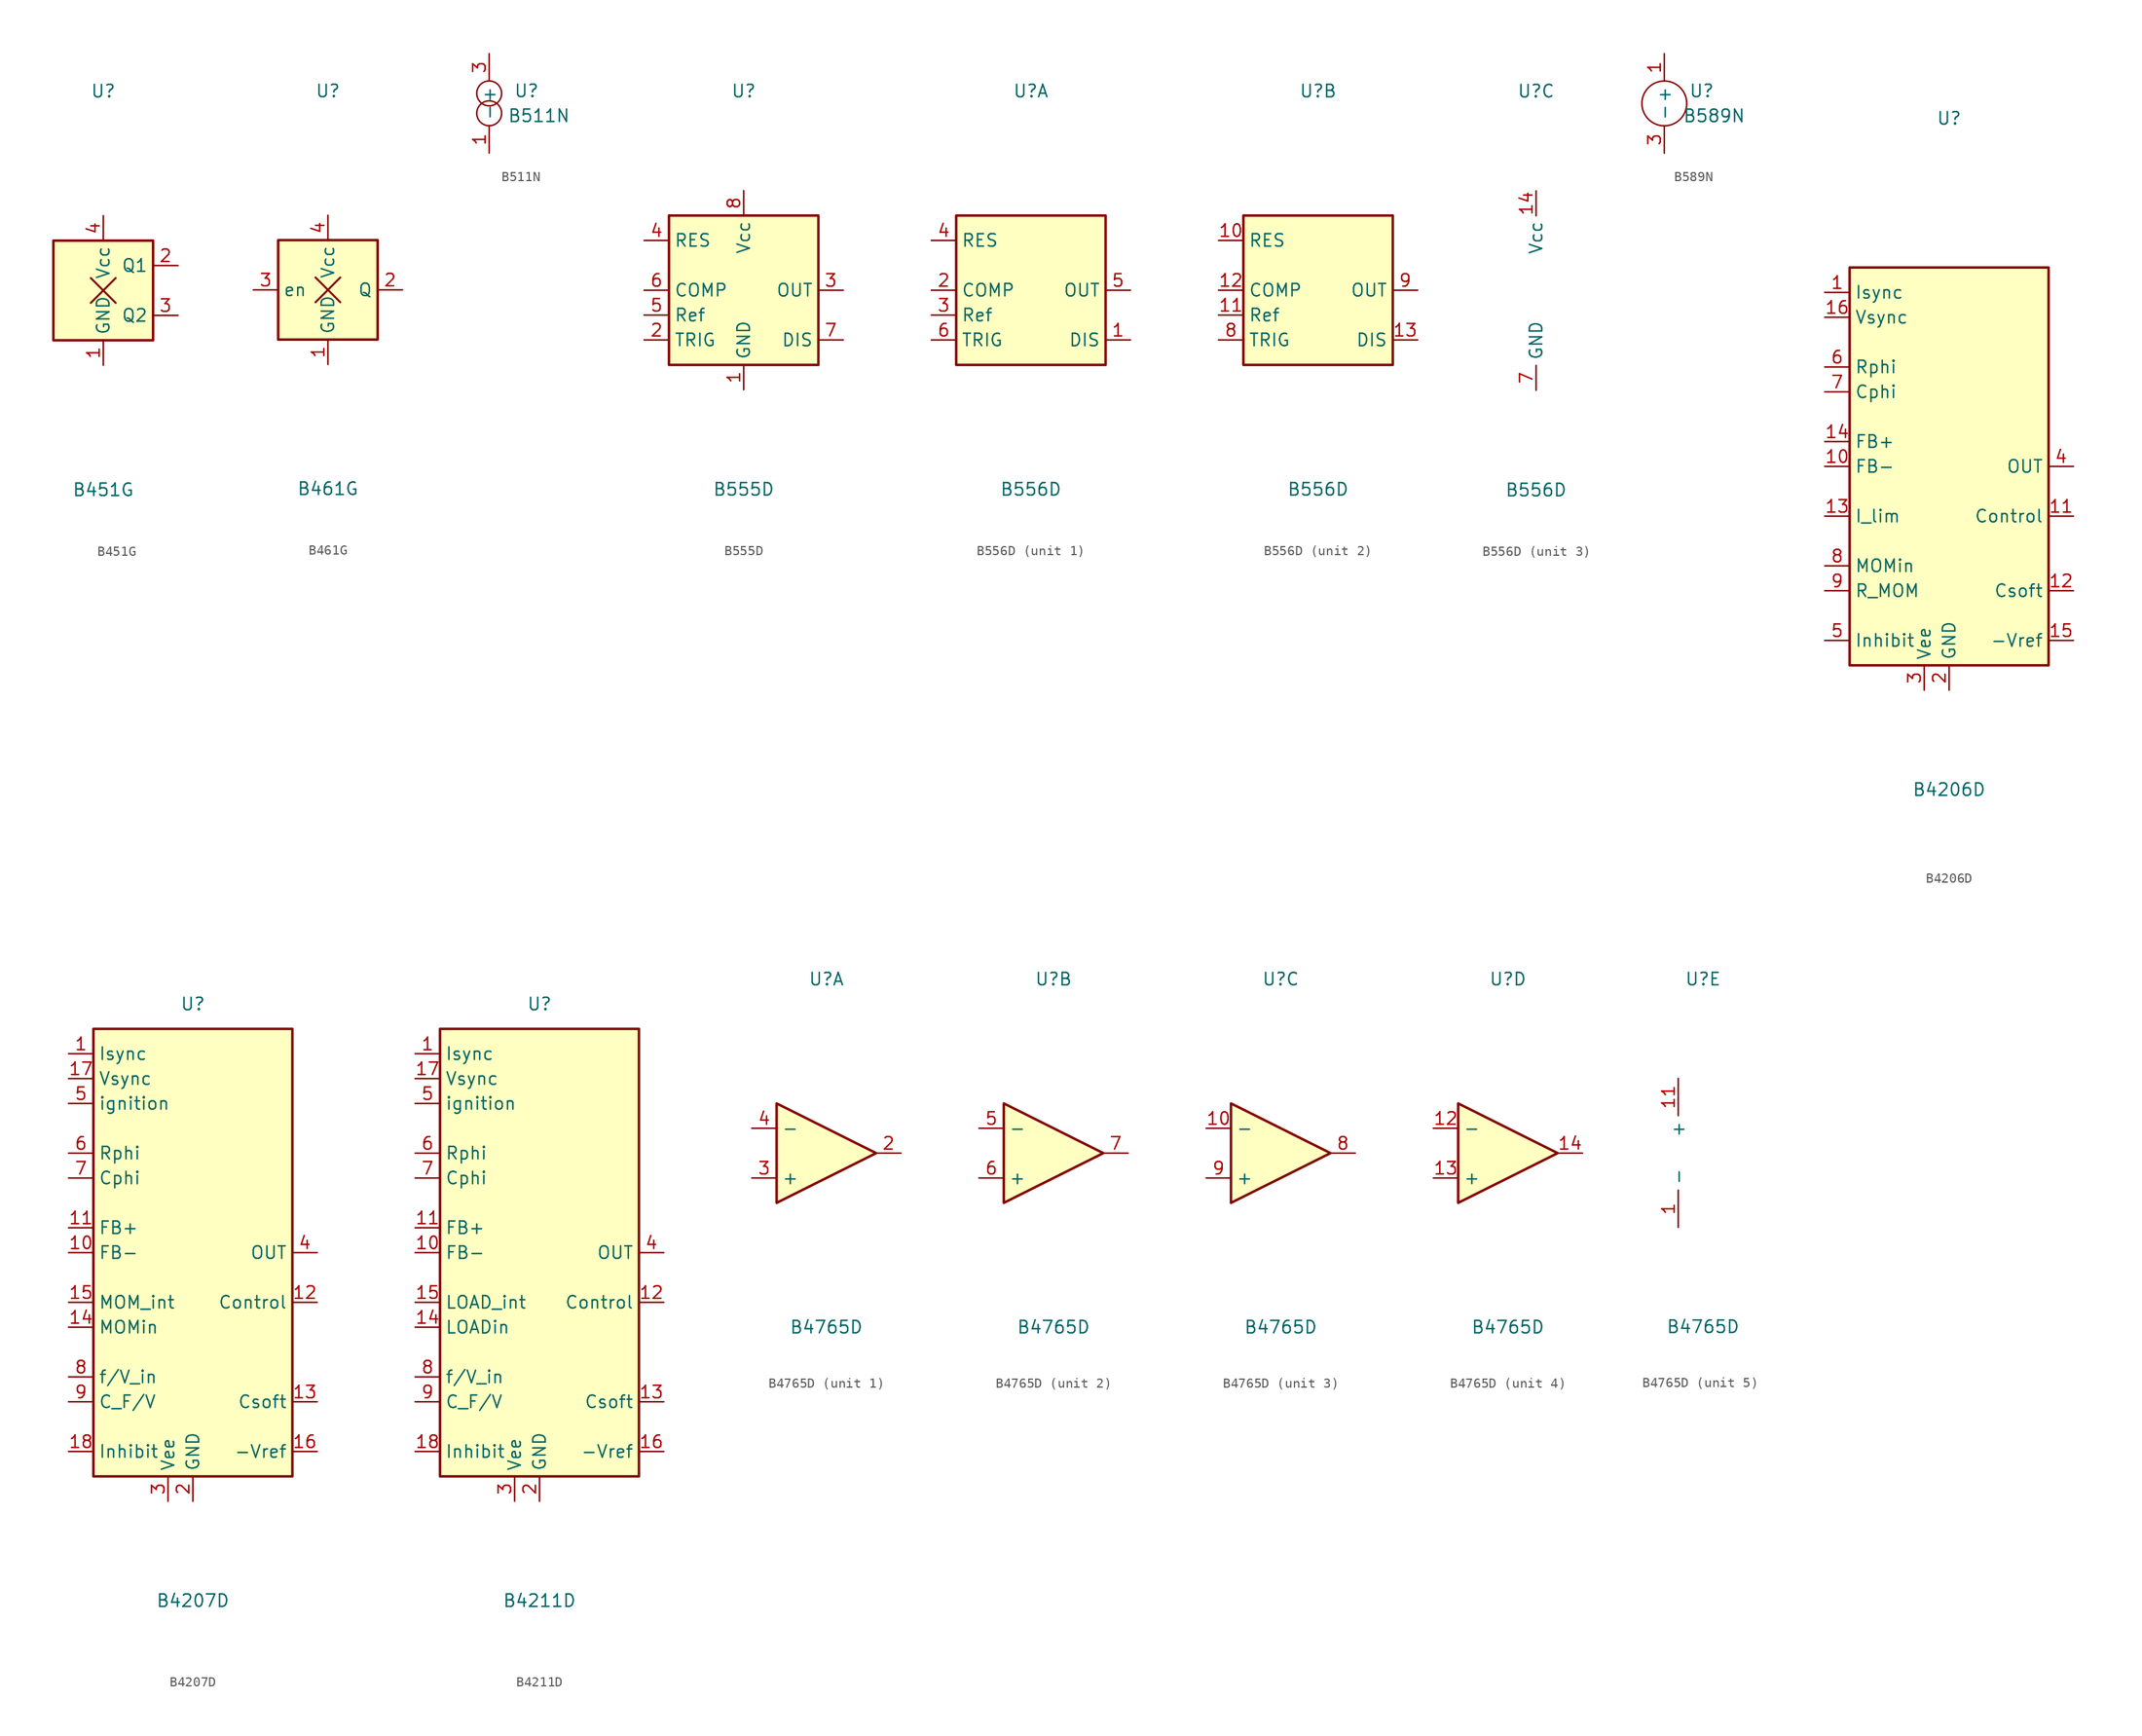
<source format=kicad_sym>
(kicad_symbol_lib
  (version 20241209)
  (generator "kicad_symbol_editor")
  (generator_version "9.0")
  (symbol "B451G"
    (property "Reference" "U"
      (at 0 20.32 0)
      (effects (font (size 1.27 1.27))))
    (property "Value" "B451G"
      (at 0 -20.32 0)
      (effects (font (size 1.27 1.27))))
    (symbol "B451G_0_1"
      (rectangle (start -5.08 5.08) (end 5.08 -5.08) (stroke (width 0.254) (type default)) (fill (type background)))
      (polyline (pts (xy -1.27 1.27) (xy 1.27 -1.27)) (stroke (width 0.203) (type default)) (fill (type none)))
      (polyline (pts (xy -1.27 -1.27) (xy 1.27 1.27)) (stroke (width 0.203) (type default)) (fill (type none))))
    (symbol "B451G_1_1"
      (pin power_in line (at 0 7.62 270) (length 2.54) (name "Vcc" (effects (font (size 1.27 1.27)))) (number "4" (effects (font (size 1.27 1.27)))))
      (pin power_in line (at 0 -7.62 90) (length 2.54) (name "GND" (effects (font (size 1.27 1.27)))) (number "1" (effects (font (size 1.27 1.27)))))
      (pin output line (at 7.62 2.54 180) (length 2.54) (name "Q1" (effects (font (size 1.27 1.27)))) (number "2" (effects (font (size 1.27 1.27)))))
      (pin output line (at 7.62 -2.54 180) (length 2.54) (name "Q2" (effects (font (size 1.27 1.27)))) (number "3" (effects (font (size 1.27 1.27)))))))
  (symbol "B461G"
    (property "Reference" "U"
      (at 0 20.32 0)
      (effects (font (size 1.27 1.27))))
    (property "Value" "B461G"
      (at 0 -20.32 0)
      (effects (font (size 1.27 1.27))))
    (symbol "B461G_0_1"
      (rectangle (start -5.08 5.08) (end 5.08 -5.08) (stroke (width 0.254) (type default)) (fill (type background)))
      (polyline (pts (xy -1.27 1.27) (xy 1.27 -1.27)) (stroke (width 0.203) (type default)) (fill (type none)))
      (polyline (pts (xy -1.27 -1.27) (xy 1.27 1.27)) (stroke (width 0.203) (type default)) (fill (type none))))
    (symbol "B461G_1_1"
      (pin input line (at -7.62 0 0) (length 2.54) (name "en" (effects (font (size 1.27 1.27)))) (number "3" (effects (font (size 1.27 1.27)))))
      (pin power_in line (at 0 7.62 270) (length 2.54) (name "Vcc" (effects (font (size 1.27 1.27)))) (number "4" (effects (font (size 1.27 1.27)))))
      (pin power_in line (at 0 -7.62 90) (length 2.54) (name "GND" (effects (font (size 1.27 1.27)))) (number "1" (effects (font (size 1.27 1.27)))))
      (pin open_collector line (at 7.62 0 180) (length 2.54) (name "Q" (effects (font (size 1.27 1.27)))) (number "2" (effects (font (size 1.27 1.27)))))))
  (symbol "B511N"
    (property "Reference" "U"
      (at 3.81 1.27 0)
      (effects (font (size 1.27 1.27))))
    (property "Value" "B511N"
      (at 5.08 -1.27 0)
      (effects (font (size 1.27 1.27))))
    (symbol "B511N_0_1"
      (circle (center 0 1.016) (radius 1.27) (stroke (width 0.152) (type default)) (fill (type none)))
      (circle (center 0 -1.016) (radius 1.27) (stroke (width 0.152) (type default)) (fill (type none))))
    (symbol "B511N_1_1"
      (pin passive line (at 0 5.08 270) (length 2.794) (name "+" (effects (font (size 1.27 1.27)))) (number "3" (effects (font (size 1.27 1.27)))))
      (pin no_connect line (at 0 0 0) (length 0) (hide yes) (name "n.c." (effects (font (size 1.27 1.27)))) (number "2" (effects (font (size 1.27 1.27)))))
      (pin passive line (at 0 -5.08 90) (length 2.794) (name "-" (effects (font (size 1.27 1.27)))) (number "1" (effects (font (size 1.27 1.27)))))))
  (symbol "B555D"
    (property "Reference" "U"
      (at 0 20.32 0)
      (effects (font (size 1.27 1.27))))
    (property "Value" "B555D"
      (at 0 -20.32 0)
      (effects (font (size 1.27 1.27))))
    (symbol "B555D_0_1"
      (rectangle (start -7.62 7.62) (end 7.62 -7.62) (stroke (width 0.254) (type default)) (fill (type background))))
    (symbol "B555D_1_1"
      (pin input line (at -10.16 5.08 0) (length 2.54) (name "RES" (effects (font (size 1.27 1.27)))) (number "4" (effects (font (size 1.27 1.27)))))
      (pin input line (at -10.16 0 0) (length 2.54) (name "COMP" (effects (font (size 1.27 1.27)))) (number "6" (effects (font (size 1.27 1.27)))))
      (pin passive line (at -10.16 -2.54 0) (length 2.54) (name "Ref" (effects (font (size 1.27 1.27)))) (number "5" (effects (font (size 1.27 1.27)))))
      (pin input line (at -10.16 -5.08 0) (length 2.54) (name "TRIG" (effects (font (size 1.27 1.27)))) (number "2" (effects (font (size 1.27 1.27)))))
      (pin power_in line (at 0 10.16 270) (length 2.54) (name "Vcc" (effects (font (size 1.27 1.27)))) (number "8" (effects (font (size 1.27 1.27)))))
      (pin power_in line (at 0 -10.16 90) (length 2.54) (name "GND" (effects (font (size 1.27 1.27)))) (number "1" (effects (font (size 1.27 1.27)))))
      (pin output line (at 10.16 0 180) (length 2.54) (name "OUT" (effects (font (size 1.27 1.27)))) (number "3" (effects (font (size 1.27 1.27)))))
      (pin open_collector line (at 10.16 -5.08 180) (length 2.54) (name "DIS" (effects (font (size 1.27 1.27)))) (number "7" (effects (font (size 1.27 1.27)))))))
  (symbol "B556D"
    (property "Reference" "U"
      (at 0 20.32 0)
      (effects (font (size 1.27 1.27))))
    (property "Value" "B556D"
      (at 0 -20.32 0)
      (effects (font (size 1.27 1.27))))
    (property "ki_locked" ""
      (at 0 0 0)
      (effects (font (size 1.27 1.27))))
    (symbol "B556D_1_1"
      (rectangle (start -7.62 7.62) (end 7.62 -7.62) (stroke (width 0.254) (type default)) (fill (type background)))
      (pin input line (at -10.16 5.08 0) (length 2.54) (name "RES" (effects (font (size 1.27 1.27)))) (number "4" (effects (font (size 1.27 1.27)))))
      (pin input line (at -10.16 0 0) (length 2.54) (name "COMP" (effects (font (size 1.27 1.27)))) (number "2" (effects (font (size 1.27 1.27)))))
      (pin passive line (at -10.16 -2.54 0) (length 2.54) (name "Ref" (effects (font (size 1.27 1.27)))) (number "3" (effects (font (size 1.27 1.27)))))
      (pin input line (at -10.16 -5.08 0) (length 2.54) (name "TRIG" (effects (font (size 1.27 1.27)))) (number "6" (effects (font (size 1.27 1.27)))))
      (pin output line (at 10.16 0 180) (length 2.54) (name "OUT" (effects (font (size 1.27 1.27)))) (number "5" (effects (font (size 1.27 1.27)))))
      (pin open_collector line (at 10.16 -5.08 180) (length 2.54) (name "DIS" (effects (font (size 1.27 1.27)))) (number "1" (effects (font (size 1.27 1.27))))))
    (symbol "B556D_2_1"
      (rectangle (start -7.62 7.62) (end 7.62 -7.62) (stroke (width 0.254) (type default)) (fill (type background)))
      (pin input line (at -10.16 5.08 0) (length 2.54) (name "RES" (effects (font (size 1.27 1.27)))) (number "10" (effects (font (size 1.27 1.27)))))
      (pin input line (at -10.16 0 0) (length 2.54) (name "COMP" (effects (font (size 1.27 1.27)))) (number "12" (effects (font (size 1.27 1.27)))))
      (pin passive line (at -10.16 -2.54 0) (length 2.54) (name "Ref" (effects (font (size 1.27 1.27)))) (number "11" (effects (font (size 1.27 1.27)))))
      (pin input line (at -10.16 -5.08 0) (length 2.54) (name "TRIG" (effects (font (size 1.27 1.27)))) (number "8" (effects (font (size 1.27 1.27)))))
      (pin output line (at 10.16 0 180) (length 2.54) (name "OUT" (effects (font (size 1.27 1.27)))) (number "9" (effects (font (size 1.27 1.27)))))
      (pin open_collector line (at 10.16 -5.08 180) (length 2.54) (name "DIS" (effects (font (size 1.27 1.27)))) (number "13" (effects (font (size 1.27 1.27))))))
    (symbol "B556D_3_1"
      (pin power_in line (at 0 10.16 270) (length 2.54) (name "Vcc" (effects (font (size 1.27 1.27)))) (number "14" (effects (font (size 1.27 1.27)))))
      (pin power_in line (at 0 -10.16 90) (length 2.54) (name "GND" (effects (font (size 1.27 1.27)))) (number "7" (effects (font (size 1.27 1.27)))))))
  (symbol "B589N"
    (property "Reference" "U"
      (at 3.81 1.27 0)
      (effects (font (size 1.27 1.27))))
    (property "Value" "B589N"
      (at 5.08 -1.27 0)
      (effects (font (size 1.27 1.27))))
    (symbol "B589N_0_1"
      (circle (center 0 0) (radius 2.286) (stroke (width 0.152) (type default)) (fill (type none))))
    (symbol "B589N_1_1"
      (pin passive line (at 0 5.08 270) (length 2.794) (name "+" (effects (font (size 1.27 1.27)))) (number "1" (effects (font (size 1.27 1.27)))))
      (pin no_connect line (at 0 0 0) (length 0) (hide yes) (name "n.c." (effects (font (size 1.27 1.27)))) (number "2" (effects (font (size 1.27 1.27)))))
      (pin passive line (at 0 -5.08 90) (length 2.794) (name "-" (effects (font (size 1.27 1.27)))) (number "3" (effects (font (size 1.27 1.27)))))))
  (symbol "B4206D"
    (property "Reference" "U"
      (at 0 35.56 0)
      (effects (font (size 1.27 1.27))))
    (property "Value" "B4206D"
      (at 0 -33.02 0)
      (effects (font (size 1.27 1.27))))
    (symbol "B4206D_0_0"
      (pin input line (at -12.7 17.78 0) (length 2.54) (name "Isync" (effects (font (size 1.27 1.27)))) (number "1" (effects (font (size 1.27 1.27)))))
      (pin input line (at -12.7 15.24 0) (length 2.54) (name "Vsync" (effects (font (size 1.27 1.27)))) (number "16" (effects (font (size 1.27 1.27)))))
      (pin passive line (at -12.7 10.16 0) (length 2.54) (name "Rphi" (effects (font (size 1.27 1.27)))) (number "6" (effects (font (size 1.27 1.27)))))
      (pin passive line (at -12.7 7.62 0) (length 2.54) (name "Cphi" (effects (font (size 1.27 1.27)))) (number "7" (effects (font (size 1.27 1.27)))))
      (pin bidirectional line (at -12.7 2.54 0) (length 2.54) (name "FB+" (effects (font (size 1.27 1.27)))) (number "14" (effects (font (size 1.27 1.27)))))
      (pin input line (at -12.7 0 0) (length 2.54) (name "FB-" (effects (font (size 1.27 1.27)))) (number "10" (effects (font (size 1.27 1.27)))))
      (pin input line (at -12.7 -5.08 0) (length 2.54) (name "I_lim" (effects (font (size 1.27 1.27)))) (number "13" (effects (font (size 1.27 1.27)))))
      (pin input line (at -12.7 -10.16 0) (length 2.54) (name "MOMin" (effects (font (size 1.27 1.27)))) (number "8" (effects (font (size 1.27 1.27)))))
      (pin passive line (at -12.7 -12.7 0) (length 2.54) (name "R_MOM" (effects (font (size 1.27 1.27)))) (number "9" (effects (font (size 1.27 1.27)))))
      (pin input line (at -12.7 -17.78 0) (length 2.54) (name "Inhibit" (effects (font (size 1.27 1.27)))) (number "5" (effects (font (size 1.27 1.27)))))
      (pin power_in line (at -2.54 -22.86 90) (length 2.54) (name "Vee" (effects (font (size 1.27 1.27)))) (number "3" (effects (font (size 1.27 1.27)))))
      (pin power_in line (at 0 -22.86 90) (length 2.54) (name "GND" (effects (font (size 1.27 1.27)))) (number "2" (effects (font (size 1.27 1.27)))))
      (pin output line (at 12.7 0 180) (length 2.54) (name "OUT" (effects (font (size 1.27 1.27)))) (number "4" (effects (font (size 1.27 1.27)))))
      (pin output line (at 12.7 -5.08 180) (length 2.54) (name "Control" (effects (font (size 1.27 1.27)))) (number "11" (effects (font (size 1.27 1.27)))))
      (pin passive line (at 12.7 -12.7 180) (length 2.54) (name "Csoft" (effects (font (size 1.27 1.27)))) (number "12" (effects (font (size 1.27 1.27)))))
      (pin output line (at 12.7 -17.78 180) (length 2.54) (name "-Vref" (effects (font (size 1.27 1.27)))) (number "15" (effects (font (size 1.27 1.27))))))
    (symbol "B4206D_0_1"
      (rectangle (start -10.16 20.32) (end 10.16 -20.32) (stroke (width 0.254) (type default)) (fill (type background)))))
  (symbol "B4207D"
    (property "Reference" "U"
      (at 0 25.4 0)
      (effects (font (size 1.27 1.27))))
    (property "Value" "B4207D"
      (at 0 -35.56 0)
      (effects (font (size 1.27 1.27))))
    (symbol "B4207D_0_0"
      (pin input line (at -12.7 20.32 0) (length 2.54) (name "Isync" (effects (font (size 1.27 1.27)))) (number "1" (effects (font (size 1.27 1.27)))))
      (pin input line (at -12.7 17.78 0) (length 2.54) (name "Vsync" (effects (font (size 1.27 1.27)))) (number "17" (effects (font (size 1.27 1.27)))))
      (pin input line (at -12.7 15.24 0) (length 2.54) (name "ignition" (effects (font (size 1.27 1.27)))) (number "5" (effects (font (size 1.27 1.27)))))
      (pin passive line (at -12.7 10.16 0) (length 2.54) (name "Rphi" (effects (font (size 1.27 1.27)))) (number "6" (effects (font (size 1.27 1.27)))))
      (pin passive line (at -12.7 7.62 0) (length 2.54) (name "Cphi" (effects (font (size 1.27 1.27)))) (number "7" (effects (font (size 1.27 1.27)))))
      (pin input line (at -12.7 2.54 0) (length 2.54) (name "FB+" (effects (font (size 1.27 1.27)))) (number "11" (effects (font (size 1.27 1.27)))))
      (pin bidirectional line (at -12.7 0 0) (length 2.54) (name "FB-" (effects (font (size 1.27 1.27)))) (number "10" (effects (font (size 1.27 1.27)))))
      (pin bidirectional line (at -12.7 -5.08 0) (length 2.54) (name "MOM_int" (effects (font (size 1.27 1.27)))) (number "15" (effects (font (size 1.27 1.27)))))
      (pin input line (at -12.7 -7.62 0) (length 2.54) (name "MOMin" (effects (font (size 1.27 1.27)))) (number "14" (effects (font (size 1.27 1.27)))))
      (pin input line (at -12.7 -12.7 0) (length 2.54) (name "f/V_in" (effects (font (size 1.27 1.27)))) (number "8" (effects (font (size 1.27 1.27)))))
      (pin passive line (at -12.7 -15.24 0) (length 2.54) (name "C_F/V" (effects (font (size 1.27 1.27)))) (number "9" (effects (font (size 1.27 1.27)))))
      (pin input line (at -12.7 -20.32 0) (length 2.54) (name "Inhibit" (effects (font (size 1.27 1.27)))) (number "18" (effects (font (size 1.27 1.27)))))
      (pin power_in line (at -2.54 -25.4 90) (length 2.54) (name "Vee" (effects (font (size 1.27 1.27)))) (number "3" (effects (font (size 1.27 1.27)))))
      (pin power_in line (at 0 -25.4 90) (length 2.54) (name "GND" (effects (font (size 1.27 1.27)))) (number "2" (effects (font (size 1.27 1.27)))))
      (pin output line (at 12.7 0 180) (length 2.54) (name "OUT" (effects (font (size 1.27 1.27)))) (number "4" (effects (font (size 1.27 1.27)))))
      (pin output line (at 12.7 -5.08 180) (length 2.54) (name "Control" (effects (font (size 1.27 1.27)))) (number "12" (effects (font (size 1.27 1.27)))))
      (pin passive line (at 12.7 -15.24 180) (length 2.54) (name "Csoft" (effects (font (size 1.27 1.27)))) (number "13" (effects (font (size 1.27 1.27)))))
      (pin output line (at 12.7 -20.32 180) (length 2.54) (name "-Vref" (effects (font (size 1.27 1.27)))) (number "16" (effects (font (size 1.27 1.27))))))
    (symbol "B4207D_0_1"
      (rectangle (start -10.16 22.86) (end 10.16 -22.86) (stroke (width 0.254) (type default)) (fill (type background)))))
  (symbol "B4211D"
    (property "Reference" "U"
      (at 0 25.4 0)
      (effects (font (size 1.27 1.27))))
    (property "Value" "B4211D"
      (at 0 -35.56 0)
      (effects (font (size 1.27 1.27))))
    (symbol "B4211D_0_0"
      (pin input line (at -12.7 20.32 0) (length 2.54) (name "Isync" (effects (font (size 1.27 1.27)))) (number "1" (effects (font (size 1.27 1.27)))))
      (pin input line (at -12.7 17.78 0) (length 2.54) (name "Vsync" (effects (font (size 1.27 1.27)))) (number "17" (effects (font (size 1.27 1.27)))))
      (pin input line (at -12.7 15.24 0) (length 2.54) (name "ignition" (effects (font (size 1.27 1.27)))) (number "5" (effects (font (size 1.27 1.27)))))
      (pin passive line (at -12.7 10.16 0) (length 2.54) (name "Rphi" (effects (font (size 1.27 1.27)))) (number "6" (effects (font (size 1.27 1.27)))))
      (pin passive line (at -12.7 7.62 0) (length 2.54) (name "Cphi" (effects (font (size 1.27 1.27)))) (number "7" (effects (font (size 1.27 1.27)))))
      (pin input line (at -12.7 2.54 0) (length 2.54) (name "FB+" (effects (font (size 1.27 1.27)))) (number "11" (effects (font (size 1.27 1.27)))))
      (pin bidirectional line (at -12.7 0 0) (length 2.54) (name "FB-" (effects (font (size 1.27 1.27)))) (number "10" (effects (font (size 1.27 1.27)))))
      (pin bidirectional line (at -12.7 -5.08 0) (length 2.54) (name "LOAD_int" (effects (font (size 1.27 1.27)))) (number "15" (effects (font (size 1.27 1.27)))))
      (pin input line (at -12.7 -7.62 0) (length 2.54) (name "LOADin" (effects (font (size 1.27 1.27)))) (number "14" (effects (font (size 1.27 1.27)))))
      (pin input line (at -12.7 -12.7 0) (length 2.54) (name "f/V_in" (effects (font (size 1.27 1.27)))) (number "8" (effects (font (size 1.27 1.27)))))
      (pin passive line (at -12.7 -15.24 0) (length 2.54) (name "C_F/V" (effects (font (size 1.27 1.27)))) (number "9" (effects (font (size 1.27 1.27)))))
      (pin input line (at -12.7 -20.32 0) (length 2.54) (name "Inhibit" (effects (font (size 1.27 1.27)))) (number "18" (effects (font (size 1.27 1.27)))))
      (pin power_in line (at -2.54 -25.4 90) (length 2.54) (name "Vee" (effects (font (size 1.27 1.27)))) (number "3" (effects (font (size 1.27 1.27)))))
      (pin power_in line (at 0 -25.4 90) (length 2.54) (name "GND" (effects (font (size 1.27 1.27)))) (number "2" (effects (font (size 1.27 1.27)))))
      (pin output line (at 12.7 0 180) (length 2.54) (name "OUT" (effects (font (size 1.27 1.27)))) (number "4" (effects (font (size 1.27 1.27)))))
      (pin output line (at 12.7 -5.08 180) (length 2.54) (name "Control" (effects (font (size 1.27 1.27)))) (number "12" (effects (font (size 1.27 1.27)))))
      (pin passive line (at 12.7 -15.24 180) (length 2.54) (name "Csoft" (effects (font (size 1.27 1.27)))) (number "13" (effects (font (size 1.27 1.27)))))
      (pin output line (at 12.7 -20.32 180) (length 2.54) (name "-Vref" (effects (font (size 1.27 1.27)))) (number "16" (effects (font (size 1.27 1.27))))))
    (symbol "B4211D_0_1"
      (rectangle (start -10.16 22.86) (end 10.16 -22.86) (stroke (width 0.254) (type default)) (fill (type background)))))
  (symbol "B4765D"
    (property "Reference" "U"
      (at 0 17.78 0)
      (effects (font (size 1.27 1.27))))
    (property "Value" "B4765D"
      (at 0 -17.78 0)
      (effects (font (size 1.27 1.27))))
    (property "ki_locked" ""
      (at 0 0 0)
      (effects (font (size 1.27 1.27))))
    (symbol "B4765D_1_1"
      (polyline (pts (xy -5.08 5.08) (xy 5.08 0) (xy -5.08 -5.08) (xy -5.08 5.08)) (stroke (width 0.254) (type default)) (fill (type background)))
      (pin input line (at -7.62 2.54 0) (length 2.54) (name "-" (effects (font (size 1.27 1.27)))) (number "4" (effects (font (size 1.27 1.27)))))
      (pin input line (at -7.62 -2.54 0) (length 2.54) (name "+" (effects (font (size 1.27 1.27)))) (number "3" (effects (font (size 1.27 1.27)))))
      (pin open_collector line (at 7.62 0 180) (length 2.54) (name "~" (effects (font (size 1.27 1.27)))) (number "2" (effects (font (size 1.27 1.27))))))
    (symbol "B4765D_2_1"
      (polyline (pts (xy -5.08 5.08) (xy 5.08 0) (xy -5.08 -5.08) (xy -5.08 5.08)) (stroke (width 0.254) (type default)) (fill (type background)))
      (pin input line (at -7.62 2.54 0) (length 2.54) (name "-" (effects (font (size 1.27 1.27)))) (number "5" (effects (font (size 1.27 1.27)))))
      (pin input line (at -7.62 -2.54 0) (length 2.54) (name "+" (effects (font (size 1.27 1.27)))) (number "6" (effects (font (size 1.27 1.27)))))
      (pin open_collector line (at 7.62 0 180) (length 2.54) (name "~" (effects (font (size 1.27 1.27)))) (number "7" (effects (font (size 1.27 1.27))))))
    (symbol "B4765D_3_1"
      (polyline (pts (xy -5.08 5.08) (xy 5.08 0) (xy -5.08 -5.08) (xy -5.08 5.08)) (stroke (width 0.254) (type default)) (fill (type background)))
      (pin input line (at -7.62 2.54 0) (length 2.54) (name "-" (effects (font (size 1.27 1.27)))) (number "10" (effects (font (size 1.27 1.27)))))
      (pin input line (at -7.62 -2.54 0) (length 2.54) (name "+" (effects (font (size 1.27 1.27)))) (number "9" (effects (font (size 1.27 1.27)))))
      (pin open_collector line (at 7.62 0 180) (length 2.54) (name "~" (effects (font (size 1.27 1.27)))) (number "8" (effects (font (size 1.27 1.27))))))
    (symbol "B4765D_4_1"
      (polyline (pts (xy -5.08 5.08) (xy 5.08 0) (xy -5.08 -5.08) (xy -5.08 5.08)) (stroke (width 0.254) (type default)) (fill (type background)))
      (pin input line (at -7.62 2.54 0) (length 2.54) (name "-" (effects (font (size 1.27 1.27)))) (number "12" (effects (font (size 1.27 1.27)))))
      (pin input line (at -7.62 -2.54 0) (length 2.54) (name "+" (effects (font (size 1.27 1.27)))) (number "13" (effects (font (size 1.27 1.27)))))
      (pin open_collector line (at 7.62 0 180) (length 2.54) (name "~" (effects (font (size 1.27 1.27)))) (number "14" (effects (font (size 1.27 1.27))))))
    (symbol "B4765D_5_1"
      (pin power_in line (at -2.54 7.62 270) (length 3.81) (name "+" (effects (font (size 1.27 1.27)))) (number "11" (effects (font (size 1.27 1.27)))))
      (pin power_in line (at -2.54 -7.62 90) (length 3.81) (name "-" (effects (font (size 1.27 1.27)))) (number "1" (effects (font (size 1.27 1.27))))))))
</source>
